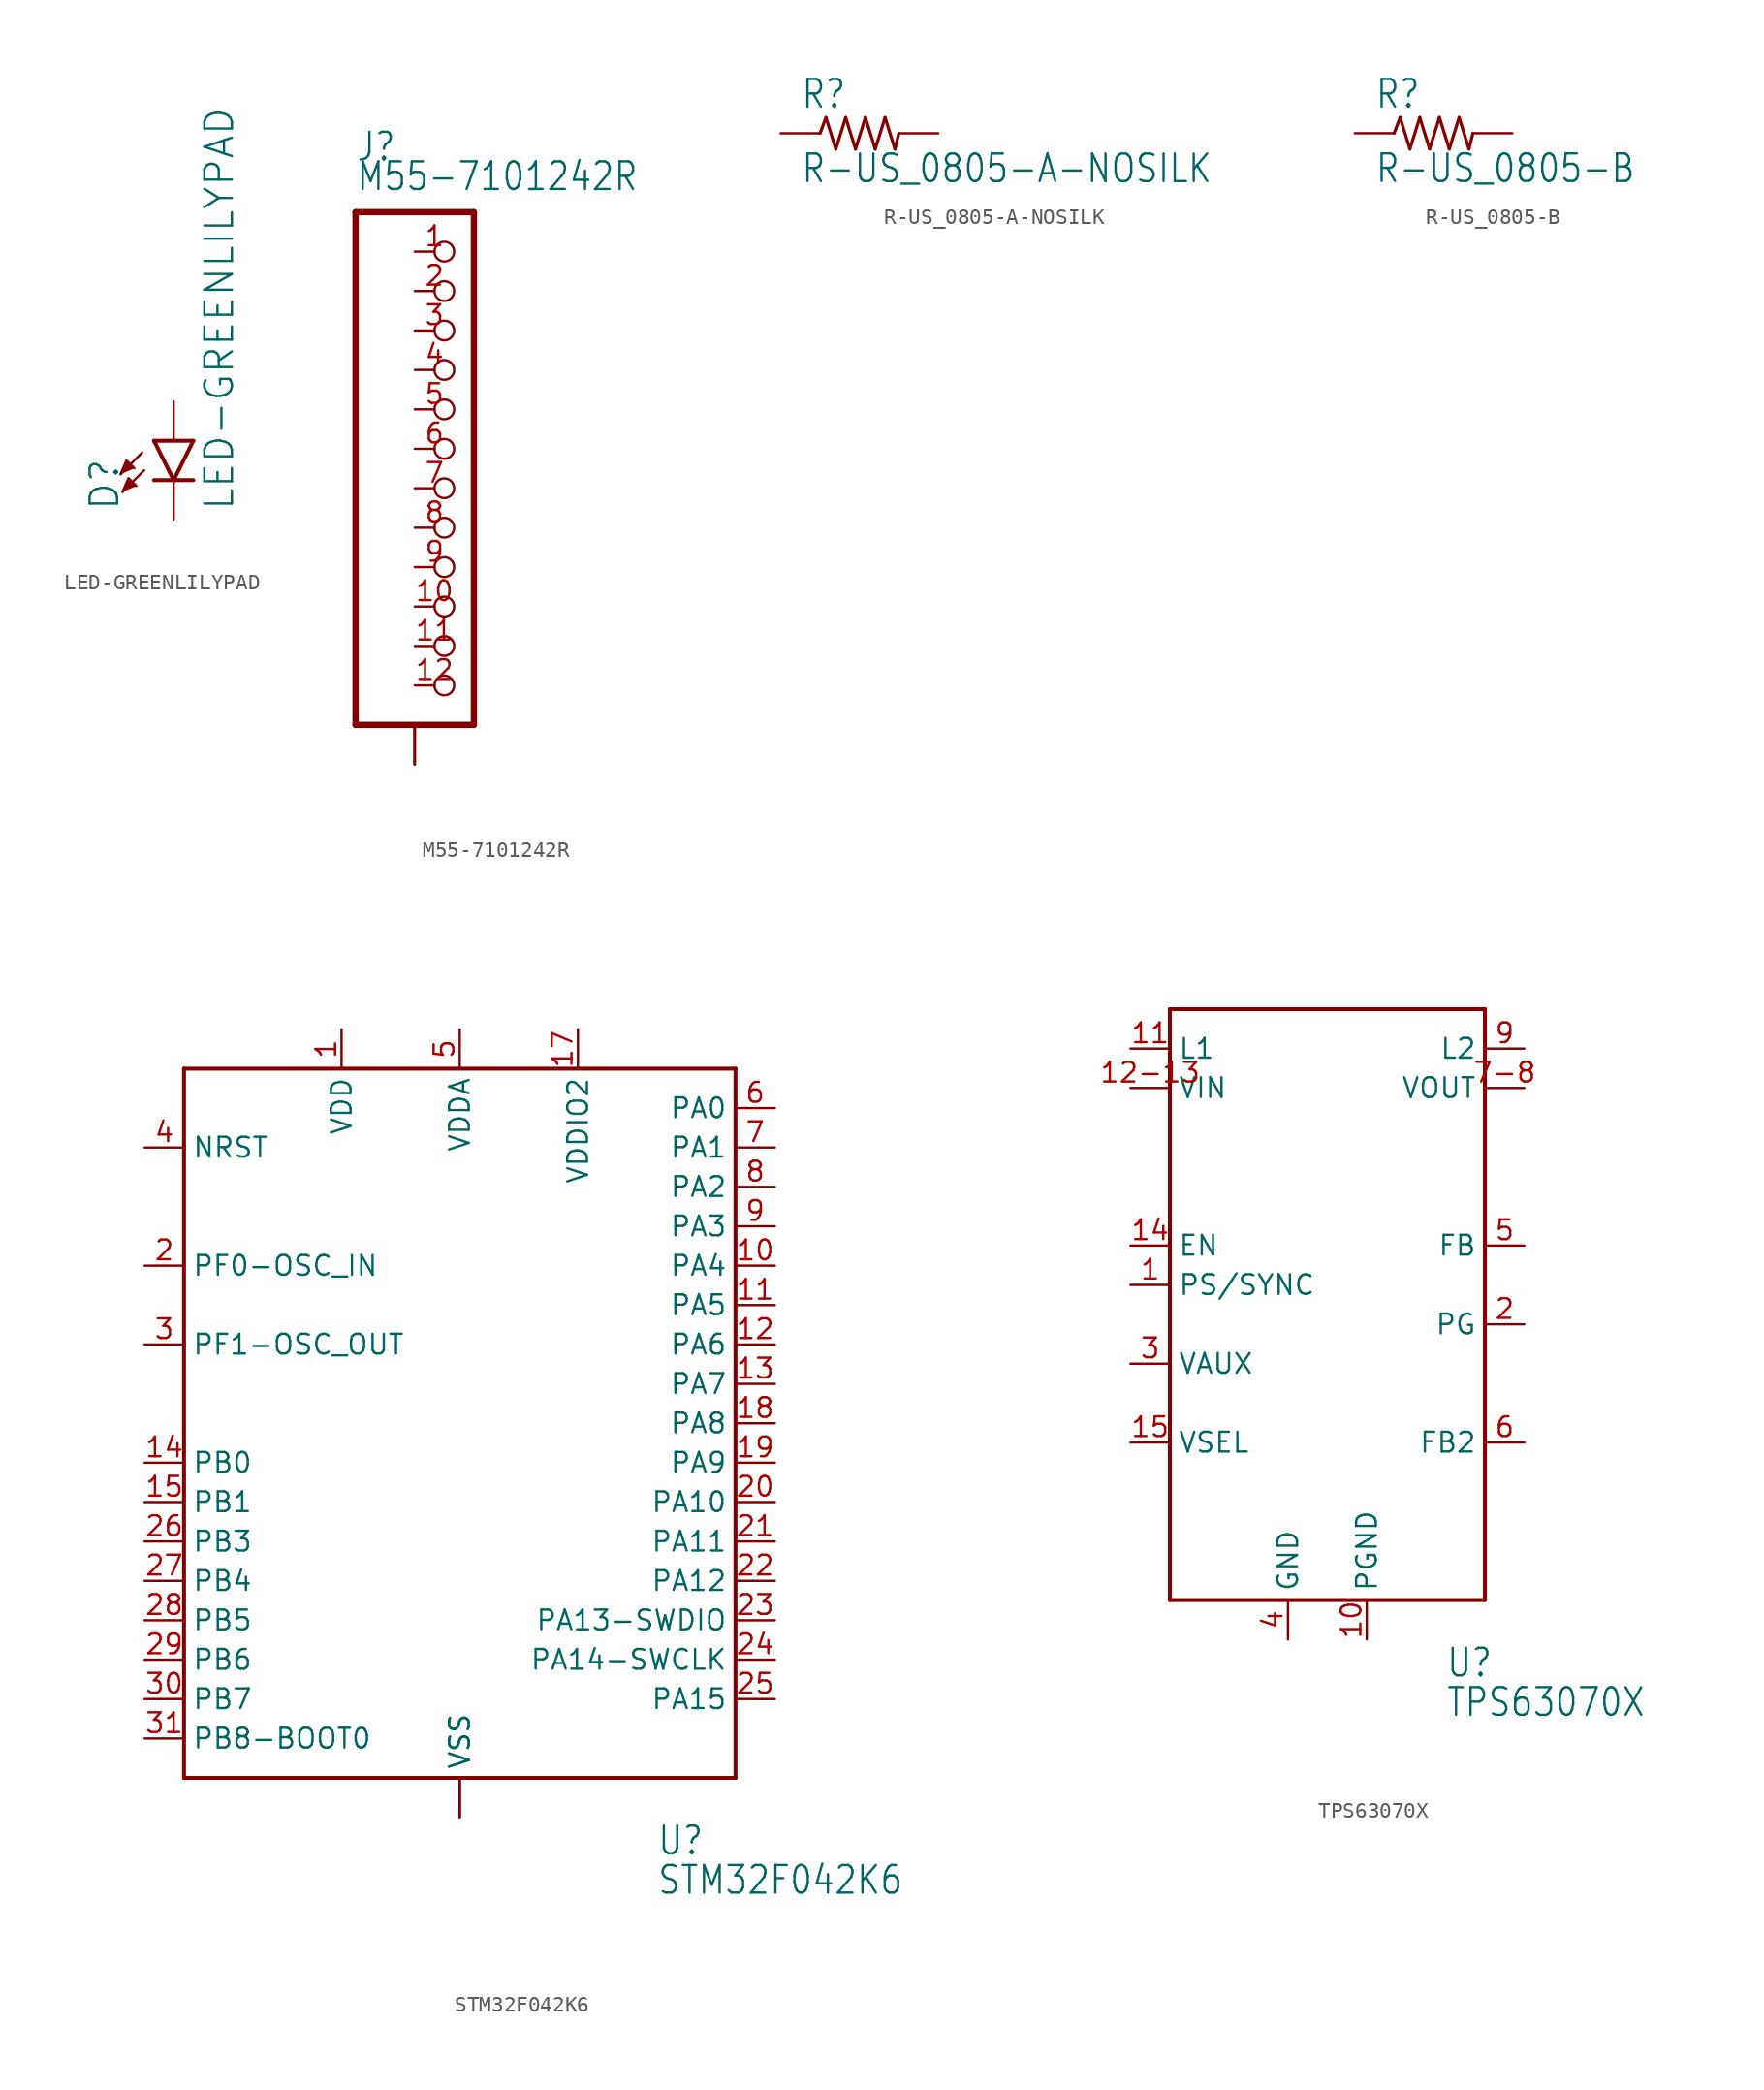
<source format=kicad_sym>
(kicad_symbol_lib
  (version 20211014)
  (generator kicad_symbol_editor)
  (symbol "LED-GREENLILYPAD"
    (property "Reference" "D"
      (at -3.429 -4.572 90)
      (effects (font (size 1.778 1.778)) (justify left bottom)))
    (property "Value" "LED-GREENLILYPAD"
      (at 1.905 -4.572 90)
      (effects (font (size 1.778 1.778)) (justify left top)))
    (property "ki_locked" ""
      (at 0 0 0)
      (effects (font (size 1.27 1.27))))
    (symbol "LED-GREENLILYPAD_1_0"
      (polyline (pts (xy -2.032 -0.762) (xy -3.429 -2.159)) (stroke (width 0.152) (type default) (color 0 0 0 0)) (fill (type none)))
      (polyline (pts (xy -1.905 -1.905) (xy -3.302 -3.302)) (stroke (width 0.152) (type default) (color 0 0 0 0)) (fill (type none)))
      (polyline (pts (xy 0 -2.54) (xy -1.27 -2.54)) (stroke (width 0.254) (type default) (color 0 0 0 0)) (fill (type none)))
      (polyline (pts (xy 0 -2.54) (xy -1.27 0)) (stroke (width 0.254) (type default) (color 0 0 0 0)) (fill (type none)))
      (polyline (pts (xy 1.27 -2.54) (xy 0 -2.54)) (stroke (width 0.254) (type default) (color 0 0 0 0)) (fill (type none)))
      (polyline (pts (xy 1.27 0) (xy -1.27 0)) (stroke (width 0.254) (type default) (color 0 0 0 0)) (fill (type none)))
      (polyline (pts (xy 1.27 0) (xy 0 -2.54)) (stroke (width 0.254) (type default) (color 0 0 0 0)) (fill (type none)))
      (polyline (pts (xy -3.429 -2.159) (xy -3.048 -1.27) (xy -2.54 -1.778)) (stroke (width 0) (type default) (color 0 0 0 0)) (fill (type outline)))
      (polyline (pts (xy -3.302 -3.302) (xy -2.921 -2.413) (xy -2.413 -2.921)) (stroke (width 0) (type default) (color 0 0 0 0)) (fill (type outline)))
      (pin passive line (at 0 2.54 270) (length 2.54) (name "A" (effects (font (size 0 0)))) (number "A" (effects (font (size 0 0)))))
      (pin passive line (at 0 -5.08 90) (length 2.54) (name "C" (effects (font (size 0 0)))) (number "C" (effects (font (size 0 0)))))))
  (symbol "M55-7101242R"
    (property "Reference" "J"
      (at -6.35 18.415 0)
      (effects (font (size 1.778 1.511)) (justify left bottom)))
    (property "Value" "M55-7101242R"
      (at -6.35 16.51 0)
      (effects (font (size 1.778 1.511)) (justify left bottom)))
    (property "ki_locked" ""
      (at 0 0 0)
      (effects (font (size 1.27 1.27))))
    (symbol "M55-7101242R_1_0"
      (polyline (pts (xy -6.35 -17.78) (xy 1.27 -17.78)) (stroke (width 0.406) (type default) (color 0 0 0 0)) (fill (type none)))
      (polyline (pts (xy -6.35 15.24) (xy -6.35 -17.78)) (stroke (width 0.406) (type default) (color 0 0 0 0)) (fill (type none)))
      (polyline (pts (xy 1.27 -17.78) (xy 1.27 15.24)) (stroke (width 0.406) (type default) (color 0 0 0 0)) (fill (type none)))
      (polyline (pts (xy 1.27 15.24) (xy -6.35 15.24)) (stroke (width 0.406) (type default) (color 0 0 0 0)) (fill (type none)))
      (pin passive inverted (at -2.54 12.7 0) (length 2.54) (name "1" (effects (font (size 0 0)))) (number "1" (effects (font (size 1.27 1.27)))))
      (pin passive inverted (at -2.54 -10.16 0) (length 2.54) (name "10" (effects (font (size 0 0)))) (number "10" (effects (font (size 1.27 1.27)))))
      (pin passive inverted (at -2.54 -12.7 0) (length 2.54) (name "11" (effects (font (size 0 0)))) (number "11" (effects (font (size 1.27 1.27)))))
      (pin passive inverted (at -2.54 -15.24 0) (length 2.54) (name "12" (effects (font (size 0 0)))) (number "12" (effects (font (size 1.27 1.27)))))
      (pin passive inverted (at -2.54 10.16 0) (length 2.54) (name "2" (effects (font (size 0 0)))) (number "2" (effects (font (size 1.27 1.27)))))
      (pin passive inverted (at -2.54 7.62 0) (length 2.54) (name "3" (effects (font (size 0 0)))) (number "3" (effects (font (size 1.27 1.27)))))
      (pin passive inverted (at -2.54 5.08 0) (length 2.54) (name "4" (effects (font (size 0 0)))) (number "4" (effects (font (size 1.27 1.27)))))
      (pin passive inverted (at -2.54 2.54 0) (length 2.54) (name "5" (effects (font (size 0 0)))) (number "5" (effects (font (size 1.27 1.27)))))
      (pin passive inverted (at -2.54 0 0) (length 2.54) (name "6" (effects (font (size 0 0)))) (number "6" (effects (font (size 1.27 1.27)))))
      (pin passive inverted (at -2.54 -2.54 0) (length 2.54) (name "7" (effects (font (size 0 0)))) (number "7" (effects (font (size 1.27 1.27)))))
      (pin passive inverted (at -2.54 -5.08 0) (length 2.54) (name "8" (effects (font (size 0 0)))) (number "8" (effects (font (size 1.27 1.27)))))
      (pin passive inverted (at -2.54 -7.62 0) (length 2.54) (name "9" (effects (font (size 0 0)))) (number "9" (effects (font (size 1.27 1.27)))))
      (pin passive line (at -2.54 -20.32 90) (length 2.54) (name "SHIELD" (effects (font (size 0 0)))) (number "P$1" (effects (font (size 0 0)))))
      (pin passive line (at -2.54 -20.32 90) (length 2.54) (name "SHIELD" (effects (font (size 0 0)))) (number "P$2" (effects (font (size 0 0)))))
      (pin passive line (at -2.54 -20.32 90) (length 2.54) (name "SHIELD" (effects (font (size 0 0)))) (number "P$3" (effects (font (size 0 0)))))
      (pin passive line (at -2.54 -20.32 90) (length 2.54) (name "SHIELD" (effects (font (size 0 0)))) (number "P$4" (effects (font (size 0 0)))))))
  (symbol "R-US_0805-A-NOSILK"
    (property "Reference" "R"
      (at -3.81 1.499 0)
      (effects (font (size 1.778 1.511)) (justify left bottom)))
    (property "Value" "R-US_0805-A-NOSILK"
      (at -3.81 -3.302 0)
      (effects (font (size 1.778 1.511)) (justify left bottom)))
    (property "ki_locked" ""
      (at 0 0 0)
      (effects (font (size 1.27 1.27))))
    (symbol "R-US_0805-A-NOSILK_1_0"
      (polyline (pts (xy -2.54 0) (xy -2.159 1.016)) (stroke (width 0.203) (type default) (color 0 0 0 0)) (fill (type none)))
      (polyline (pts (xy -2.159 1.016) (xy -1.524 -1.016)) (stroke (width 0.203) (type default) (color 0 0 0 0)) (fill (type none)))
      (polyline (pts (xy -1.524 -1.016) (xy -0.889 1.016)) (stroke (width 0.203) (type default) (color 0 0 0 0)) (fill (type none)))
      (polyline (pts (xy -0.889 1.016) (xy -0.254 -1.016)) (stroke (width 0.203) (type default) (color 0 0 0 0)) (fill (type none)))
      (polyline (pts (xy -0.254 -1.016) (xy 0.381 1.016)) (stroke (width 0.203) (type default) (color 0 0 0 0)) (fill (type none)))
      (polyline (pts (xy 0.381 1.016) (xy 1.016 -1.016)) (stroke (width 0.203) (type default) (color 0 0 0 0)) (fill (type none)))
      (polyline (pts (xy 1.016 -1.016) (xy 1.651 1.016)) (stroke (width 0.203) (type default) (color 0 0 0 0)) (fill (type none)))
      (polyline (pts (xy 1.651 1.016) (xy 2.286 -1.016)) (stroke (width 0.203) (type default) (color 0 0 0 0)) (fill (type none)))
      (polyline (pts (xy 2.286 -1.016) (xy 2.54 0)) (stroke (width 0.203) (type default) (color 0 0 0 0)) (fill (type none)))
      (pin passive line (at -5.08 0 0) (length 2.54) (name "1" (effects (font (size 0 0)))) (number "1" (effects (font (size 0 0)))))
      (pin passive line (at 5.08 0 180) (length 2.54) (name "2" (effects (font (size 0 0)))) (number "2" (effects (font (size 0 0)))))))
  (symbol "R-US_0805-B"
    (property "Reference" "R"
      (at -3.81 1.499 0)
      (effects (font (size 1.778 1.511)) (justify left bottom)))
    (property "Value" "R-US_0805-B"
      (at -3.81 -3.302 0)
      (effects (font (size 1.778 1.511)) (justify left bottom)))
    (property "ki_locked" ""
      (at 0 0 0)
      (effects (font (size 1.27 1.27))))
    (symbol "R-US_0805-B_1_0"
      (polyline (pts (xy -2.54 0) (xy -2.159 1.016)) (stroke (width 0.203) (type default) (color 0 0 0 0)) (fill (type none)))
      (polyline (pts (xy -2.159 1.016) (xy -1.524 -1.016)) (stroke (width 0.203) (type default) (color 0 0 0 0)) (fill (type none)))
      (polyline (pts (xy -1.524 -1.016) (xy -0.889 1.016)) (stroke (width 0.203) (type default) (color 0 0 0 0)) (fill (type none)))
      (polyline (pts (xy -0.889 1.016) (xy -0.254 -1.016)) (stroke (width 0.203) (type default) (color 0 0 0 0)) (fill (type none)))
      (polyline (pts (xy -0.254 -1.016) (xy 0.381 1.016)) (stroke (width 0.203) (type default) (color 0 0 0 0)) (fill (type none)))
      (polyline (pts (xy 0.381 1.016) (xy 1.016 -1.016)) (stroke (width 0.203) (type default) (color 0 0 0 0)) (fill (type none)))
      (polyline (pts (xy 1.016 -1.016) (xy 1.651 1.016)) (stroke (width 0.203) (type default) (color 0 0 0 0)) (fill (type none)))
      (polyline (pts (xy 1.651 1.016) (xy 2.286 -1.016)) (stroke (width 0.203) (type default) (color 0 0 0 0)) (fill (type none)))
      (polyline (pts (xy 2.286 -1.016) (xy 2.54 0)) (stroke (width 0.203) (type default) (color 0 0 0 0)) (fill (type none)))
      (pin passive line (at -5.08 0 0) (length 2.54) (name "1" (effects (font (size 0 0)))) (number "1" (effects (font (size 0 0)))))
      (pin passive line (at 5.08 0 180) (length 2.54) (name "2" (effects (font (size 0 0)))) (number "2" (effects (font (size 0 0)))))))
  (symbol "STM32F042K6"
    (property "Reference" "U"
      (at 12.7 -27.94 0)
      (effects (font (size 1.778 1.511)) (justify left bottom)))
    (property "Value" "STM32F042K6"
      (at 12.7 -30.48 0)
      (effects (font (size 1.778 1.511)) (justify left bottom)))
    (property "ki_locked" ""
      (at 0 0 0)
      (effects (font (size 1.27 1.27))))
    (symbol "STM32F042K6_1_0"
      (polyline (pts (xy -17.78 -22.86) (xy -17.78 22.86)) (stroke (width 0.254) (type default) (color 0 0 0 0)) (fill (type none)))
      (polyline (pts (xy -17.78 22.86) (xy 17.78 22.86)) (stroke (width 0.254) (type default) (color 0 0 0 0)) (fill (type none)))
      (polyline (pts (xy 17.78 -22.86) (xy -17.78 -22.86)) (stroke (width 0.254) (type default) (color 0 0 0 0)) (fill (type none)))
      (polyline (pts (xy 17.78 22.86) (xy 17.78 -22.86)) (stroke (width 0.254) (type default) (color 0 0 0 0)) (fill (type none)))
      (pin power_in line (at -7.62 25.4 270) (length 2.54) (name "VDD" (effects (font (size 1.27 1.27)))) (number "1" (effects (font (size 1.27 1.27)))))
      (pin bidirectional line (at 20.32 10.16 180) (length 2.54) (name "PA4" (effects (font (size 1.27 1.27)))) (number "10" (effects (font (size 1.27 1.27)))))
      (pin bidirectional line (at 20.32 7.62 180) (length 2.54) (name "PA5" (effects (font (size 1.27 1.27)))) (number "11" (effects (font (size 1.27 1.27)))))
      (pin bidirectional line (at 20.32 5.08 180) (length 2.54) (name "PA6" (effects (font (size 1.27 1.27)))) (number "12" (effects (font (size 1.27 1.27)))))
      (pin bidirectional line (at 20.32 2.54 180) (length 2.54) (name "PA7" (effects (font (size 1.27 1.27)))) (number "13" (effects (font (size 1.27 1.27)))))
      (pin bidirectional line (at -20.32 -2.54 0) (length 2.54) (name "PB0" (effects (font (size 1.27 1.27)))) (number "14" (effects (font (size 1.27 1.27)))))
      (pin bidirectional line (at -20.32 -5.08 0) (length 2.54) (name "PB1" (effects (font (size 1.27 1.27)))) (number "15" (effects (font (size 1.27 1.27)))))
      (pin power_in line (at 0 -25.4 90) (length 2.54) (name "VSS" (effects (font (size 1.27 1.27)))) (number "16" (effects (font (size 0 0)))))
      (pin power_in line (at 7.62 25.4 270) (length 2.54) (name "VDDIO2" (effects (font (size 1.27 1.27)))) (number "17" (effects (font (size 1.27 1.27)))))
      (pin bidirectional line (at 20.32 0 180) (length 2.54) (name "PA8" (effects (font (size 1.27 1.27)))) (number "18" (effects (font (size 1.27 1.27)))))
      (pin bidirectional line (at 20.32 -2.54 180) (length 2.54) (name "PA9" (effects (font (size 1.27 1.27)))) (number "19" (effects (font (size 1.27 1.27)))))
      (pin bidirectional line (at -20.32 10.16 0) (length 2.54) (name "PF0-OSC_IN" (effects (font (size 1.27 1.27)))) (number "2" (effects (font (size 1.27 1.27)))))
      (pin bidirectional line (at 20.32 -5.08 180) (length 2.54) (name "PA10" (effects (font (size 1.27 1.27)))) (number "20" (effects (font (size 1.27 1.27)))))
      (pin bidirectional line (at 20.32 -7.62 180) (length 2.54) (name "PA11" (effects (font (size 1.27 1.27)))) (number "21" (effects (font (size 1.27 1.27)))))
      (pin bidirectional line (at 20.32 -10.16 180) (length 2.54) (name "PA12" (effects (font (size 1.27 1.27)))) (number "22" (effects (font (size 1.27 1.27)))))
      (pin bidirectional line (at 20.32 -12.7 180) (length 2.54) (name "PA13-SWDIO" (effects (font (size 1.27 1.27)))) (number "23" (effects (font (size 1.27 1.27)))))
      (pin bidirectional line (at 20.32 -15.24 180) (length 2.54) (name "PA14-SWCLK" (effects (font (size 1.27 1.27)))) (number "24" (effects (font (size 1.27 1.27)))))
      (pin bidirectional line (at 20.32 -17.78 180) (length 2.54) (name "PA15" (effects (font (size 1.27 1.27)))) (number "25" (effects (font (size 1.27 1.27)))))
      (pin bidirectional line (at -20.32 -7.62 0) (length 2.54) (name "PB3" (effects (font (size 1.27 1.27)))) (number "26" (effects (font (size 1.27 1.27)))))
      (pin bidirectional line (at -20.32 -10.16 0) (length 2.54) (name "PB4" (effects (font (size 1.27 1.27)))) (number "27" (effects (font (size 1.27 1.27)))))
      (pin bidirectional line (at -20.32 -12.7 0) (length 2.54) (name "PB5" (effects (font (size 1.27 1.27)))) (number "28" (effects (font (size 1.27 1.27)))))
      (pin bidirectional line (at -20.32 -15.24 0) (length 2.54) (name "PB6" (effects (font (size 1.27 1.27)))) (number "29" (effects (font (size 1.27 1.27)))))
      (pin bidirectional line (at -20.32 5.08 0) (length 2.54) (name "PF1-OSC_OUT" (effects (font (size 1.27 1.27)))) (number "3" (effects (font (size 1.27 1.27)))))
      (pin bidirectional line (at -20.32 -17.78 0) (length 2.54) (name "PB7" (effects (font (size 1.27 1.27)))) (number "30" (effects (font (size 1.27 1.27)))))
      (pin bidirectional line (at -20.32 -20.32 0) (length 2.54) (name "PB8-BOOT0" (effects (font (size 1.27 1.27)))) (number "31" (effects (font (size 1.27 1.27)))))
      (pin power_in line (at 0 -25.4 90) (length 2.54) (name "VSS" (effects (font (size 1.27 1.27)))) (number "32" (effects (font (size 0 0)))))
      (pin bidirectional line (at -20.32 17.78 0) (length 2.54) (name "NRST" (effects (font (size 1.27 1.27)))) (number "4" (effects (font (size 1.27 1.27)))))
      (pin power_in line (at 0 25.4 270) (length 2.54) (name "VDDA" (effects (font (size 1.27 1.27)))) (number "5" (effects (font (size 1.27 1.27)))))
      (pin bidirectional line (at 20.32 20.32 180) (length 2.54) (name "PA0" (effects (font (size 1.27 1.27)))) (number "6" (effects (font (size 1.27 1.27)))))
      (pin bidirectional line (at 20.32 17.78 180) (length 2.54) (name "PA1" (effects (font (size 1.27 1.27)))) (number "7" (effects (font (size 1.27 1.27)))))
      (pin bidirectional line (at 20.32 15.24 180) (length 2.54) (name "PA2" (effects (font (size 1.27 1.27)))) (number "8" (effects (font (size 1.27 1.27)))))
      (pin bidirectional line (at 20.32 12.7 180) (length 2.54) (name "PA3" (effects (font (size 1.27 1.27)))) (number "9" (effects (font (size 1.27 1.27)))))))
  (symbol "TPS63070X"
    (property "Reference" "U"
      (at 7.62 -25.4 0)
      (effects (font (size 1.778 1.511)) (justify left bottom)))
    (property "Value" "TPS63070X"
      (at 7.62 -27.94 0)
      (effects (font (size 1.778 1.511)) (justify left bottom)))
    (property "ki_locked" ""
      (at 0 0 0)
      (effects (font (size 1.27 1.27))))
    (symbol "TPS63070X_1_0"
      (polyline (pts (xy -10.16 -20.32) (xy 10.16 -20.32)) (stroke (width 0.254) (type default) (color 0 0 0 0)) (fill (type none)))
      (polyline (pts (xy -10.16 17.78) (xy -10.16 -20.32)) (stroke (width 0.254) (type default) (color 0 0 0 0)) (fill (type none)))
      (polyline (pts (xy 10.16 -20.32) (xy 10.16 17.78)) (stroke (width 0.254) (type default) (color 0 0 0 0)) (fill (type none)))
      (polyline (pts (xy 10.16 17.78) (xy -10.16 17.78)) (stroke (width 0.254) (type default) (color 0 0 0 0)) (fill (type none)))
      (pin input line (at -12.7 0 0) (length 2.54) (name "PS/SYNC" (effects (font (size 1.27 1.27)))) (number "1" (effects (font (size 1.27 1.27)))))
      (pin power_in line (at 2.54 -22.86 90) (length 2.54) (name "PGND" (effects (font (size 1.27 1.27)))) (number "10" (effects (font (size 1.27 1.27)))))
      (pin passive line (at -12.7 15.24 0) (length 2.54) (name "L1" (effects (font (size 1.27 1.27)))) (number "11" (effects (font (size 1.27 1.27)))))
      (pin power_in line (at -12.7 12.7 0) (length 2.54) (name "VIN" (effects (font (size 1.27 1.27)))) (number "12-13" (effects (font (size 1.27 1.27)))))
      (pin input line (at -12.7 2.54 0) (length 2.54) (name "EN" (effects (font (size 1.27 1.27)))) (number "14" (effects (font (size 1.27 1.27)))))
      (pin input line (at -12.7 -10.16 0) (length 2.54) (name "VSEL" (effects (font (size 1.27 1.27)))) (number "15" (effects (font (size 1.27 1.27)))))
      (pin open_collector line (at 12.7 -2.54 180) (length 2.54) (name "PG" (effects (font (size 1.27 1.27)))) (number "2" (effects (font (size 1.27 1.27)))))
      (pin output line (at -12.7 -5.08 0) (length 2.54) (name "VAUX" (effects (font (size 1.27 1.27)))) (number "3" (effects (font (size 1.27 1.27)))))
      (pin power_in line (at -2.54 -22.86 90) (length 2.54) (name "GND" (effects (font (size 1.27 1.27)))) (number "4" (effects (font (size 1.27 1.27)))))
      (pin passive line (at 12.7 2.54 180) (length 2.54) (name "FB" (effects (font (size 1.27 1.27)))) (number "5" (effects (font (size 1.27 1.27)))))
      (pin passive line (at 12.7 -10.16 180) (length 2.54) (name "FB2" (effects (font (size 1.27 1.27)))) (number "6" (effects (font (size 1.27 1.27)))))
      (pin power_in line (at 12.7 12.7 180) (length 2.54) (name "VOUT" (effects (font (size 1.27 1.27)))) (number "7-8" (effects (font (size 1.27 1.27)))))
      (pin passive line (at 12.7 15.24 180) (length 2.54) (name "L2" (effects (font (size 1.27 1.27)))) (number "9" (effects (font (size 1.27 1.27))))))))
</source>
